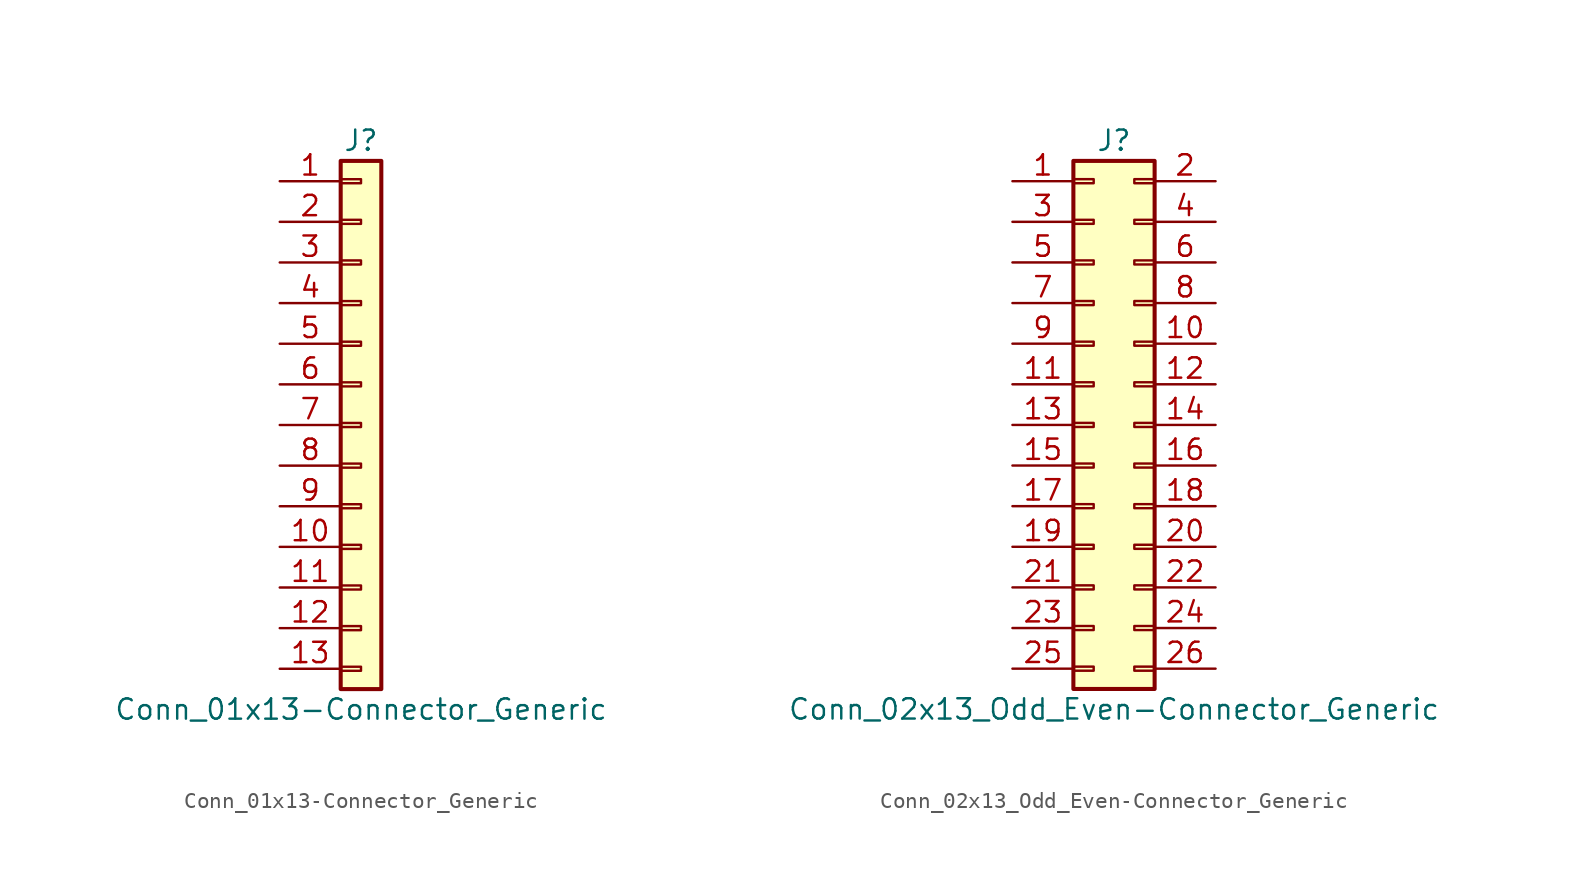
<source format=kicad_sym>
(kicad_symbol_lib
  (version 20211014)
  (generator kicad_symbol_editor)
  (symbol "Conn_01x13-Connector_Generic"
    (pin_names
      (offset 1.016) hide)
    (property "Reference" "J"
      (at 0 17.78 0)
      (effects (font (size 1.27 1.27))))
    (property "Value" "Conn_01x13-Connector_Generic"
      (at 0 -17.78 0)
      (effects (font (size 1.27 1.27))))
    (symbol "Conn_01x13-Connector_Generic_1_1"
      (rectangle (start -1.27 -15.113) (end 0 -15.367) (stroke (width 0.152) (type default) (color 0 0 0 0)) (fill (type none)))
      (rectangle (start -1.27 -12.573) (end 0 -12.827) (stroke (width 0.152) (type default) (color 0 0 0 0)) (fill (type none)))
      (rectangle (start -1.27 -10.033) (end 0 -10.287) (stroke (width 0.152) (type default) (color 0 0 0 0)) (fill (type none)))
      (rectangle (start -1.27 -7.493) (end 0 -7.747) (stroke (width 0.152) (type default) (color 0 0 0 0)) (fill (type none)))
      (rectangle (start -1.27 -4.953) (end 0 -5.207) (stroke (width 0.152) (type default) (color 0 0 0 0)) (fill (type none)))
      (rectangle (start -1.27 -2.413) (end 0 -2.667) (stroke (width 0.152) (type default) (color 0 0 0 0)) (fill (type none)))
      (rectangle (start -1.27 0.127) (end 0 -0.127) (stroke (width 0.152) (type default) (color 0 0 0 0)) (fill (type none)))
      (rectangle (start -1.27 2.667) (end 0 2.413) (stroke (width 0.152) (type default) (color 0 0 0 0)) (fill (type none)))
      (rectangle (start -1.27 5.207) (end 0 4.953) (stroke (width 0.152) (type default) (color 0 0 0 0)) (fill (type none)))
      (rectangle (start -1.27 7.747) (end 0 7.493) (stroke (width 0.152) (type default) (color 0 0 0 0)) (fill (type none)))
      (rectangle (start -1.27 10.287) (end 0 10.033) (stroke (width 0.152) (type default) (color 0 0 0 0)) (fill (type none)))
      (rectangle (start -1.27 12.827) (end 0 12.573) (stroke (width 0.152) (type default) (color 0 0 0 0)) (fill (type none)))
      (rectangle (start -1.27 15.367) (end 0 15.113) (stroke (width 0.152) (type default) (color 0 0 0 0)) (fill (type none)))
      (rectangle (start -1.27 16.51) (end 1.27 -16.51) (stroke (width 0.254) (type default) (color 0 0 0 0)) (fill (type background)))
      (pin passive line (at -5.08 15.24 0) (length 3.81) (name "Pin_1" (effects (font (size 1.27 1.27)))) (number "1" (effects (font (size 1.27 1.27)))))
      (pin passive line (at -5.08 -7.62 0) (length 3.81) (name "Pin_10" (effects (font (size 1.27 1.27)))) (number "10" (effects (font (size 1.27 1.27)))))
      (pin passive line (at -5.08 -10.16 0) (length 3.81) (name "Pin_11" (effects (font (size 1.27 1.27)))) (number "11" (effects (font (size 1.27 1.27)))))
      (pin passive line (at -5.08 -12.7 0) (length 3.81) (name "Pin_12" (effects (font (size 1.27 1.27)))) (number "12" (effects (font (size 1.27 1.27)))))
      (pin passive line (at -5.08 -15.24 0) (length 3.81) (name "Pin_13" (effects (font (size 1.27 1.27)))) (number "13" (effects (font (size 1.27 1.27)))))
      (pin passive line (at -5.08 12.7 0) (length 3.81) (name "Pin_2" (effects (font (size 1.27 1.27)))) (number "2" (effects (font (size 1.27 1.27)))))
      (pin passive line (at -5.08 10.16 0) (length 3.81) (name "Pin_3" (effects (font (size 1.27 1.27)))) (number "3" (effects (font (size 1.27 1.27)))))
      (pin passive line (at -5.08 7.62 0) (length 3.81) (name "Pin_4" (effects (font (size 1.27 1.27)))) (number "4" (effects (font (size 1.27 1.27)))))
      (pin passive line (at -5.08 5.08 0) (length 3.81) (name "Pin_5" (effects (font (size 1.27 1.27)))) (number "5" (effects (font (size 1.27 1.27)))))
      (pin passive line (at -5.08 2.54 0) (length 3.81) (name "Pin_6" (effects (font (size 1.27 1.27)))) (number "6" (effects (font (size 1.27 1.27)))))
      (pin passive line (at -5.08 0 0) (length 3.81) (name "Pin_7" (effects (font (size 1.27 1.27)))) (number "7" (effects (font (size 1.27 1.27)))))
      (pin passive line (at -5.08 -2.54 0) (length 3.81) (name "Pin_8" (effects (font (size 1.27 1.27)))) (number "8" (effects (font (size 1.27 1.27)))))
      (pin passive line (at -5.08 -5.08 0) (length 3.81) (name "Pin_9" (effects (font (size 1.27 1.27)))) (number "9" (effects (font (size 1.27 1.27)))))))
  (symbol "Conn_02x13_Odd_Even-Connector_Generic"
    (pin_names
      (offset 1.016) hide)
    (property "Reference" "J"
      (at 1.27 17.78 0)
      (effects (font (size 1.27 1.27))))
    (property "Value" "Conn_02x13_Odd_Even-Connector_Generic"
      (at 1.27 -17.78 0)
      (effects (font (size 1.27 1.27))))
    (symbol "Conn_02x13_Odd_Even-Connector_Generic_1_1"
      (rectangle (start -1.27 -15.113) (end 0 -15.367) (stroke (width 0.152) (type default) (color 0 0 0 0)) (fill (type none)))
      (rectangle (start -1.27 -12.573) (end 0 -12.827) (stroke (width 0.152) (type default) (color 0 0 0 0)) (fill (type none)))
      (rectangle (start -1.27 -10.033) (end 0 -10.287) (stroke (width 0.152) (type default) (color 0 0 0 0)) (fill (type none)))
      (rectangle (start -1.27 -7.493) (end 0 -7.747) (stroke (width 0.152) (type default) (color 0 0 0 0)) (fill (type none)))
      (rectangle (start -1.27 -4.953) (end 0 -5.207) (stroke (width 0.152) (type default) (color 0 0 0 0)) (fill (type none)))
      (rectangle (start -1.27 -2.413) (end 0 -2.667) (stroke (width 0.152) (type default) (color 0 0 0 0)) (fill (type none)))
      (rectangle (start -1.27 0.127) (end 0 -0.127) (stroke (width 0.152) (type default) (color 0 0 0 0)) (fill (type none)))
      (rectangle (start -1.27 2.667) (end 0 2.413) (stroke (width 0.152) (type default) (color 0 0 0 0)) (fill (type none)))
      (rectangle (start -1.27 5.207) (end 0 4.953) (stroke (width 0.152) (type default) (color 0 0 0 0)) (fill (type none)))
      (rectangle (start -1.27 7.747) (end 0 7.493) (stroke (width 0.152) (type default) (color 0 0 0 0)) (fill (type none)))
      (rectangle (start -1.27 10.287) (end 0 10.033) (stroke (width 0.152) (type default) (color 0 0 0 0)) (fill (type none)))
      (rectangle (start -1.27 12.827) (end 0 12.573) (stroke (width 0.152) (type default) (color 0 0 0 0)) (fill (type none)))
      (rectangle (start -1.27 15.367) (end 0 15.113) (stroke (width 0.152) (type default) (color 0 0 0 0)) (fill (type none)))
      (rectangle (start -1.27 16.51) (end 3.81 -16.51) (stroke (width 0.254) (type default) (color 0 0 0 0)) (fill (type background)))
      (rectangle (start 3.81 -15.113) (end 2.54 -15.367) (stroke (width 0.152) (type default) (color 0 0 0 0)) (fill (type none)))
      (rectangle (start 3.81 -12.573) (end 2.54 -12.827) (stroke (width 0.152) (type default) (color 0 0 0 0)) (fill (type none)))
      (rectangle (start 3.81 -10.033) (end 2.54 -10.287) (stroke (width 0.152) (type default) (color 0 0 0 0)) (fill (type none)))
      (rectangle (start 3.81 -7.493) (end 2.54 -7.747) (stroke (width 0.152) (type default) (color 0 0 0 0)) (fill (type none)))
      (rectangle (start 3.81 -4.953) (end 2.54 -5.207) (stroke (width 0.152) (type default) (color 0 0 0 0)) (fill (type none)))
      (rectangle (start 3.81 -2.413) (end 2.54 -2.667) (stroke (width 0.152) (type default) (color 0 0 0 0)) (fill (type none)))
      (rectangle (start 3.81 0.127) (end 2.54 -0.127) (stroke (width 0.152) (type default) (color 0 0 0 0)) (fill (type none)))
      (rectangle (start 3.81 2.667) (end 2.54 2.413) (stroke (width 0.152) (type default) (color 0 0 0 0)) (fill (type none)))
      (rectangle (start 3.81 5.207) (end 2.54 4.953) (stroke (width 0.152) (type default) (color 0 0 0 0)) (fill (type none)))
      (rectangle (start 3.81 7.747) (end 2.54 7.493) (stroke (width 0.152) (type default) (color 0 0 0 0)) (fill (type none)))
      (rectangle (start 3.81 10.287) (end 2.54 10.033) (stroke (width 0.152) (type default) (color 0 0 0 0)) (fill (type none)))
      (rectangle (start 3.81 12.827) (end 2.54 12.573) (stroke (width 0.152) (type default) (color 0 0 0 0)) (fill (type none)))
      (rectangle (start 3.81 15.367) (end 2.54 15.113) (stroke (width 0.152) (type default) (color 0 0 0 0)) (fill (type none)))
      (pin passive line (at -5.08 15.24 0) (length 3.81) (name "Pin_1" (effects (font (size 1.27 1.27)))) (number "1" (effects (font (size 1.27 1.27)))))
      (pin passive line (at 7.62 5.08 180) (length 3.81) (name "Pin_10" (effects (font (size 1.27 1.27)))) (number "10" (effects (font (size 1.27 1.27)))))
      (pin passive line (at -5.08 2.54 0) (length 3.81) (name "Pin_11" (effects (font (size 1.27 1.27)))) (number "11" (effects (font (size 1.27 1.27)))))
      (pin passive line (at 7.62 2.54 180) (length 3.81) (name "Pin_12" (effects (font (size 1.27 1.27)))) (number "12" (effects (font (size 1.27 1.27)))))
      (pin passive line (at -5.08 0 0) (length 3.81) (name "Pin_13" (effects (font (size 1.27 1.27)))) (number "13" (effects (font (size 1.27 1.27)))))
      (pin passive line (at 7.62 0 180) (length 3.81) (name "Pin_14" (effects (font (size 1.27 1.27)))) (number "14" (effects (font (size 1.27 1.27)))))
      (pin passive line (at -5.08 -2.54 0) (length 3.81) (name "Pin_15" (effects (font (size 1.27 1.27)))) (number "15" (effects (font (size 1.27 1.27)))))
      (pin passive line (at 7.62 -2.54 180) (length 3.81) (name "Pin_16" (effects (font (size 1.27 1.27)))) (number "16" (effects (font (size 1.27 1.27)))))
      (pin passive line (at -5.08 -5.08 0) (length 3.81) (name "Pin_17" (effects (font (size 1.27 1.27)))) (number "17" (effects (font (size 1.27 1.27)))))
      (pin passive line (at 7.62 -5.08 180) (length 3.81) (name "Pin_18" (effects (font (size 1.27 1.27)))) (number "18" (effects (font (size 1.27 1.27)))))
      (pin passive line (at -5.08 -7.62 0) (length 3.81) (name "Pin_19" (effects (font (size 1.27 1.27)))) (number "19" (effects (font (size 1.27 1.27)))))
      (pin passive line (at 7.62 15.24 180) (length 3.81) (name "Pin_2" (effects (font (size 1.27 1.27)))) (number "2" (effects (font (size 1.27 1.27)))))
      (pin passive line (at 7.62 -7.62 180) (length 3.81) (name "Pin_20" (effects (font (size 1.27 1.27)))) (number "20" (effects (font (size 1.27 1.27)))))
      (pin passive line (at -5.08 -10.16 0) (length 3.81) (name "Pin_21" (effects (font (size 1.27 1.27)))) (number "21" (effects (font (size 1.27 1.27)))))
      (pin passive line (at 7.62 -10.16 180) (length 3.81) (name "Pin_22" (effects (font (size 1.27 1.27)))) (number "22" (effects (font (size 1.27 1.27)))))
      (pin passive line (at -5.08 -12.7 0) (length 3.81) (name "Pin_23" (effects (font (size 1.27 1.27)))) (number "23" (effects (font (size 1.27 1.27)))))
      (pin passive line (at 7.62 -12.7 180) (length 3.81) (name "Pin_24" (effects (font (size 1.27 1.27)))) (number "24" (effects (font (size 1.27 1.27)))))
      (pin passive line (at -5.08 -15.24 0) (length 3.81) (name "Pin_25" (effects (font (size 1.27 1.27)))) (number "25" (effects (font (size 1.27 1.27)))))
      (pin passive line (at 7.62 -15.24 180) (length 3.81) (name "Pin_26" (effects (font (size 1.27 1.27)))) (number "26" (effects (font (size 1.27 1.27)))))
      (pin passive line (at -5.08 12.7 0) (length 3.81) (name "Pin_3" (effects (font (size 1.27 1.27)))) (number "3" (effects (font (size 1.27 1.27)))))
      (pin passive line (at 7.62 12.7 180) (length 3.81) (name "Pin_4" (effects (font (size 1.27 1.27)))) (number "4" (effects (font (size 1.27 1.27)))))
      (pin passive line (at -5.08 10.16 0) (length 3.81) (name "Pin_5" (effects (font (size 1.27 1.27)))) (number "5" (effects (font (size 1.27 1.27)))))
      (pin passive line (at 7.62 10.16 180) (length 3.81) (name "Pin_6" (effects (font (size 1.27 1.27)))) (number "6" (effects (font (size 1.27 1.27)))))
      (pin passive line (at -5.08 7.62 0) (length 3.81) (name "Pin_7" (effects (font (size 1.27 1.27)))) (number "7" (effects (font (size 1.27 1.27)))))
      (pin passive line (at 7.62 7.62 180) (length 3.81) (name "Pin_8" (effects (font (size 1.27 1.27)))) (number "8" (effects (font (size 1.27 1.27)))))
      (pin passive line (at -5.08 5.08 0) (length 3.81) (name "Pin_9" (effects (font (size 1.27 1.27)))) (number "9" (effects (font (size 1.27 1.27))))))))
</source>
